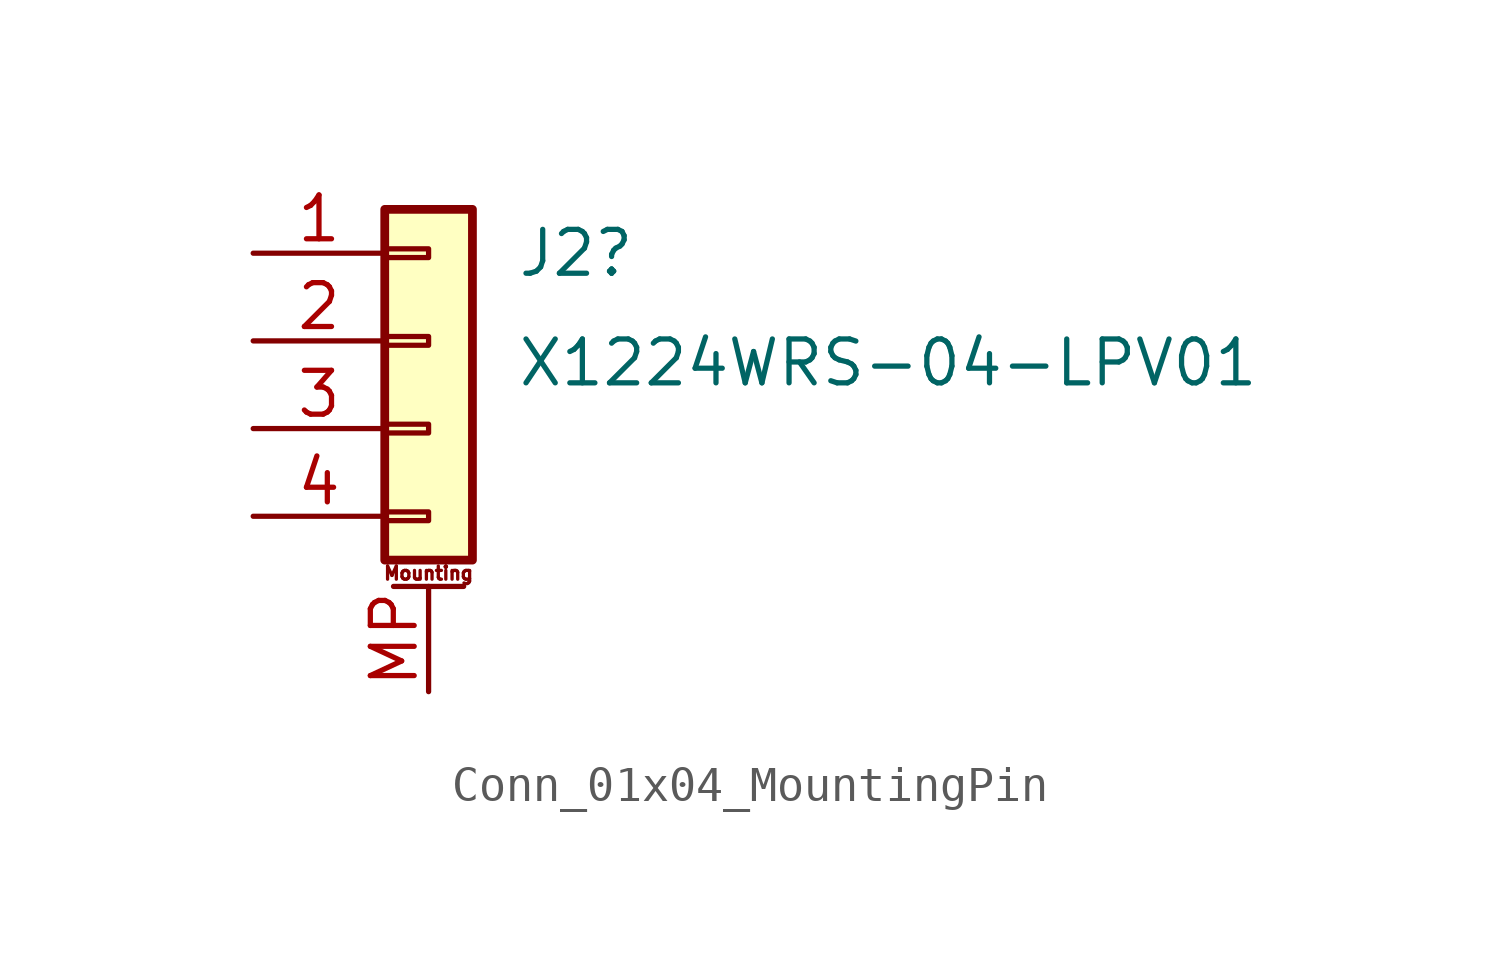
<source format=kicad_sym>
(kicad_symbol_lib
  (version 20220914)
  (generator kicad_symbol_editor)
  (symbol "Conn_01x04_MountingPin"
    (pin_names
      (offset 1.016) hide)
    (property "Reference" "J2"
      (at 2.54 2.54 0)
      (effects (font (size 1.27 1.27)) (justify left)))
    (property "Value" "X1224WRS-04-LPV01"
      (at 2.54 -0.635 0)
      (effects (font (size 1.27 1.27)) (justify left)))
    (symbol "Conn_01x04_MountingPin_1_1"
      (rectangle (start -1.27 -4.953) (end 0 -5.207) (stroke (width 0.152) (type default)) (fill (type none)))
      (rectangle (start -1.27 -2.413) (end 0 -2.667) (stroke (width 0.152) (type default)) (fill (type none)))
      (rectangle (start -1.27 0.127) (end 0 -0.127) (stroke (width 0.152) (type default)) (fill (type none)))
      (rectangle (start -1.27 2.667) (end 0 2.413) (stroke (width 0.152) (type default)) (fill (type none)))
      (rectangle (start -1.27 3.81) (end 1.27 -6.35) (stroke (width 0.254) (type default)) (fill (type background)))
      (polyline (pts (xy -1.016 -7.112) (xy 1.016 -7.112)) (stroke (width 0.152) (type default)) (fill (type none)))
      (text "Mounting" (at 0 -6.731 0) (effects (font (size 0.381 0.381))))
      (pin passive line (at -5.08 2.54 0) (length 3.81) (name "Pin_1" (effects (font (size 1.27 1.27)))) (number "1" (effects (font (size 1.27 1.27)))))
      (pin passive line (at -5.08 0 0) (length 3.81) (name "Pin_2" (effects (font (size 1.27 1.27)))) (number "2" (effects (font (size 1.27 1.27)))))
      (pin passive line (at -5.08 -2.54 0) (length 3.81) (name "Pin_3" (effects (font (size 1.27 1.27)))) (number "3" (effects (font (size 1.27 1.27)))))
      (pin passive line (at -5.08 -5.08 0) (length 3.81) (name "Pin_4" (effects (font (size 1.27 1.27)))) (number "4" (effects (font (size 1.27 1.27)))))
      (pin passive line (at 0 -10.16 90) (length 3.048) (name "MountPin" (effects (font (size 1.27 1.27)))) (number "MP" (effects (font (size 1.27 1.27))))))))
</source>
